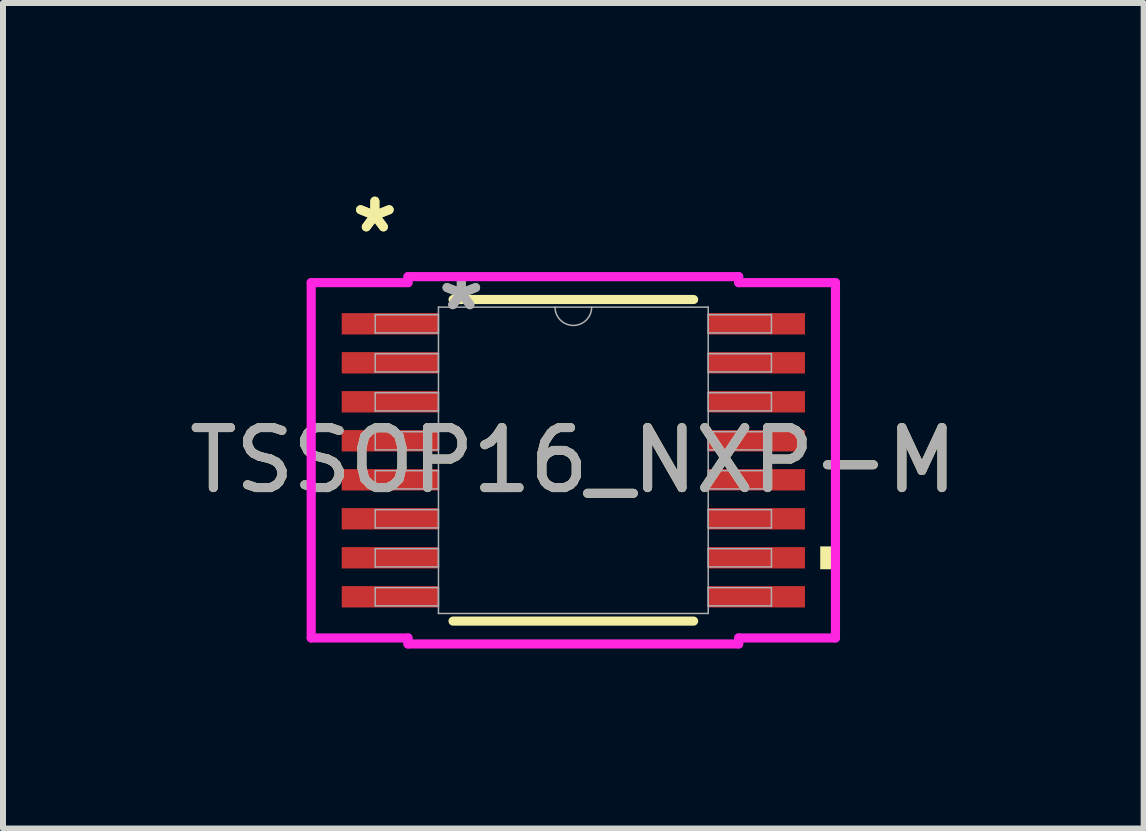
<source format=kicad_pcb>
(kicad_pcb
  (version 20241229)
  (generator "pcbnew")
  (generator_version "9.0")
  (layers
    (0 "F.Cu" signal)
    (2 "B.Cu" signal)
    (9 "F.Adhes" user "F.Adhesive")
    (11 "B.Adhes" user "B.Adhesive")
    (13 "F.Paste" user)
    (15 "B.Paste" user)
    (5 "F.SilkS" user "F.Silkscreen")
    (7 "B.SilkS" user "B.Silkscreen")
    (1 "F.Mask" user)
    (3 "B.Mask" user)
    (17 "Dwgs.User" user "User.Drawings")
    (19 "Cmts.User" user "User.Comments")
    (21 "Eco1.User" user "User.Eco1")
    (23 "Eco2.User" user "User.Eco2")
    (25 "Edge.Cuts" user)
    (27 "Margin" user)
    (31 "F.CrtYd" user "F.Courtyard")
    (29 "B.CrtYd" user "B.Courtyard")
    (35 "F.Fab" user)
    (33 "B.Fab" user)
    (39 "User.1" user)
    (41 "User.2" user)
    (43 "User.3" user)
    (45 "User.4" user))
  (footprint "TSSOP16_NXP-M"
    (layer "F.Cu")
    (at 6.506 4.622)
    (property "Reference" "TSSOP16_NXP-M" (at 0 0 0) (unlocked yes) (layer "F.SilkS") (effects (font (size 1 1) (thickness 0.15))))
    (attr smd)
    (fp_line (start -2.005 2.68) (end 2.005 2.68) (stroke (width 0.152) (type solid)) (layer "F.SilkS"))
    (fp_line (start 2.005 -2.68) (end -2.005 -2.68) (stroke (width 0.152) (type solid)) (layer "F.SilkS"))
    (fp_poly (pts (xy 4.369 1.435) (xy 4.369 1.816) (xy 4.115 1.816) (xy 4.115 1.435)) (stroke (width 0) (type solid)) (fill yes) (layer "F.SilkS"))
    (fp_line (start -4.369 -2.961) (end -2.756 -2.961) (stroke (width 0.152) (type solid)) (layer "F.CrtYd"))
    (fp_line (start -4.369 2.961) (end -4.369 -2.961) (stroke (width 0.152) (type solid)) (layer "F.CrtYd"))
    (fp_line (start -4.369 2.961) (end -2.756 2.961) (stroke (width 0.152) (type solid)) (layer "F.CrtYd"))
    (fp_line (start -2.756 -3.061) (end 2.756 -3.061) (stroke (width 0.152) (type solid)) (layer "F.CrtYd"))
    (fp_line (start -2.756 -2.961) (end -2.756 -3.061) (stroke (width 0.152) (type solid)) (layer "F.CrtYd"))
    (fp_line (start -2.756 3.061) (end -2.756 2.961) (stroke (width 0.152) (type solid)) (layer "F.CrtYd"))
    (fp_line (start 2.756 -3.061) (end 2.756 -2.961) (stroke (width 0.152) (type solid)) (layer "F.CrtYd"))
    (fp_line (start 2.756 2.961) (end 2.756 3.061) (stroke (width 0.152) (type solid)) (layer "F.CrtYd"))
    (fp_line (start 2.756 3.061) (end -2.756 3.061) (stroke (width 0.152) (type solid)) (layer "F.CrtYd"))
    (fp_line (start 4.369 -2.961) (end 2.756 -2.961) (stroke (width 0.152) (type solid)) (layer "F.CrtYd"))
    (fp_line (start 4.369 -2.961) (end 4.369 2.961) (stroke (width 0.152) (type solid)) (layer "F.CrtYd"))
    (fp_line (start 4.369 2.961) (end 2.756 2.961) (stroke (width 0.152) (type solid)) (layer "F.CrtYd"))
    (fp_line (start -3.302 -2.427) (end -3.302 -2.123) (stroke (width 0.025) (type solid)) (layer "F.Fab"))
    (fp_line (start -3.302 -2.123) (end -2.248 -2.123) (stroke (width 0.025) (type solid)) (layer "F.Fab"))
    (fp_line (start -3.302 -1.777) (end -3.302 -1.473) (stroke (width 0.025) (type solid)) (layer "F.Fab"))
    (fp_line (start -3.302 -1.473) (end -2.248 -1.473) (stroke (width 0.025) (type solid)) (layer "F.Fab"))
    (fp_line (start -3.302 -1.127) (end -3.302 -0.823) (stroke (width 0.025) (type solid)) (layer "F.Fab"))
    (fp_line (start -3.302 -0.823) (end -2.248 -0.823) (stroke (width 0.025) (type solid)) (layer "F.Fab"))
    (fp_line (start -3.302 -0.477) (end -3.302 -0.173) (stroke (width 0.025) (type solid)) (layer "F.Fab"))
    (fp_line (start -3.302 -0.173) (end -2.248 -0.173) (stroke (width 0.025) (type solid)) (layer "F.Fab"))
    (fp_line (start -3.302 0.173) (end -3.302 0.477) (stroke (width 0.025) (type solid)) (layer "F.Fab"))
    (fp_line (start -3.302 0.477) (end -2.248 0.477) (stroke (width 0.025) (type solid)) (layer "F.Fab"))
    (fp_line (start -3.302 0.823) (end -3.302 1.127) (stroke (width 0.025) (type solid)) (layer "F.Fab"))
    (fp_line (start -3.302 1.127) (end -2.248 1.127) (stroke (width 0.025) (type solid)) (layer "F.Fab"))
    (fp_line (start -3.302 1.473) (end -3.302 1.777) (stroke (width 0.025) (type solid)) (layer "F.Fab"))
    (fp_line (start -3.302 1.777) (end -2.248 1.777) (stroke (width 0.025) (type solid)) (layer "F.Fab"))
    (fp_line (start -3.302 2.123) (end -3.302 2.427) (stroke (width 0.025) (type solid)) (layer "F.Fab"))
    (fp_line (start -3.302 2.427) (end -2.248 2.427) (stroke (width 0.025) (type solid)) (layer "F.Fab"))
    (fp_line (start -2.248 -2.553) (end -2.248 2.553) (stroke (width 0.025) (type solid)) (layer "F.Fab"))
    (fp_line (start -2.248 -2.427) (end -3.302 -2.427) (stroke (width 0.025) (type solid)) (layer "F.Fab"))
    (fp_line (start -2.248 -2.123) (end -2.248 -2.427) (stroke (width 0.025) (type solid)) (layer "F.Fab"))
    (fp_line (start -2.248 -1.777) (end -3.302 -1.777) (stroke (width 0.025) (type solid)) (layer "F.Fab"))
    (fp_line (start -2.248 -1.473) (end -2.248 -1.777) (stroke (width 0.025) (type solid)) (layer "F.Fab"))
    (fp_line (start -2.248 -1.127) (end -3.302 -1.127) (stroke (width 0.025) (type solid)) (layer "F.Fab"))
    (fp_line (start -2.248 -0.823) (end -2.248 -1.127) (stroke (width 0.025) (type solid)) (layer "F.Fab"))
    (fp_line (start -2.248 -0.477) (end -3.302 -0.477) (stroke (width 0.025) (type solid)) (layer "F.Fab"))
    (fp_line (start -2.248 -0.173) (end -2.248 -0.477) (stroke (width 0.025) (type solid)) (layer "F.Fab"))
    (fp_line (start -2.248 0.173) (end -3.302 0.173) (stroke (width 0.025) (type solid)) (layer "F.Fab"))
    (fp_line (start -2.248 0.477) (end -2.248 0.173) (stroke (width 0.025) (type solid)) (layer "F.Fab"))
    (fp_line (start -2.248 0.823) (end -3.302 0.823) (stroke (width 0.025) (type solid)) (layer "F.Fab"))
    (fp_line (start -2.248 1.127) (end -2.248 0.823) (stroke (width 0.025) (type solid)) (layer "F.Fab"))
    (fp_line (start -2.248 1.473) (end -3.302 1.473) (stroke (width 0.025) (type solid)) (layer "F.Fab"))
    (fp_line (start -2.248 1.777) (end -2.248 1.473) (stroke (width 0.025) (type solid)) (layer "F.Fab"))
    (fp_line (start -2.248 2.123) (end -3.302 2.123) (stroke (width 0.025) (type solid)) (layer "F.Fab"))
    (fp_line (start -2.248 2.427) (end -2.248 2.123) (stroke (width 0.025) (type solid)) (layer "F.Fab"))
    (fp_line (start -2.248 2.553) (end 2.248 2.553) (stroke (width 0.025) (type solid)) (layer "F.Fab"))
    (fp_line (start 2.248 -2.553) (end -2.248 -2.553) (stroke (width 0.025) (type solid)) (layer "F.Fab"))
    (fp_line (start 2.248 -2.427) (end 2.248 -2.123) (stroke (width 0.025) (type solid)) (layer "F.Fab"))
    (fp_line (start 2.248 -2.123) (end 3.302 -2.123) (stroke (width 0.025) (type solid)) (layer "F.Fab"))
    (fp_line (start 2.248 -1.777) (end 2.248 -1.473) (stroke (width 0.025) (type solid)) (layer "F.Fab"))
    (fp_line (start 2.248 -1.473) (end 3.302 -1.473) (stroke (width 0.025) (type solid)) (layer "F.Fab"))
    (fp_line (start 2.248 -1.127) (end 2.248 -0.823) (stroke (width 0.025) (type solid)) (layer "F.Fab"))
    (fp_line (start 2.248 -0.823) (end 3.302 -0.823) (stroke (width 0.025) (type solid)) (layer "F.Fab"))
    (fp_line (start 2.248 -0.477) (end 2.248 -0.173) (stroke (width 0.025) (type solid)) (layer "F.Fab"))
    (fp_line (start 2.248 -0.173) (end 3.302 -0.173) (stroke (width 0.025) (type solid)) (layer "F.Fab"))
    (fp_line (start 2.248 0.173) (end 2.248 0.477) (stroke (width 0.025) (type solid)) (layer "F.Fab"))
    (fp_line (start 2.248 0.477) (end 3.302 0.477) (stroke (width 0.025) (type solid)) (layer "F.Fab"))
    (fp_line (start 2.248 0.823) (end 2.248 1.127) (stroke (width 0.025) (type solid)) (layer "F.Fab"))
    (fp_line (start 2.248 1.127) (end 3.302 1.127) (stroke (width 0.025) (type solid)) (layer "F.Fab"))
    (fp_line (start 2.248 1.473) (end 2.248 1.777) (stroke (width 0.025) (type solid)) (layer "F.Fab"))
    (fp_line (start 2.248 1.777) (end 3.302 1.777) (stroke (width 0.025) (type solid)) (layer "F.Fab"))
    (fp_line (start 2.248 2.123) (end 2.248 2.427) (stroke (width 0.025) (type solid)) (layer "F.Fab"))
    (fp_line (start 2.248 2.427) (end 3.302 2.427) (stroke (width 0.025) (type solid)) (layer "F.Fab"))
    (fp_line (start 2.248 2.553) (end 2.248 -2.553) (stroke (width 0.025) (type solid)) (layer "F.Fab"))
    (fp_line (start 3.302 -2.427) (end 2.248 -2.427) (stroke (width 0.025) (type solid)) (layer "F.Fab"))
    (fp_line (start 3.302 -2.123) (end 3.302 -2.427) (stroke (width 0.025) (type solid)) (layer "F.Fab"))
    (fp_line (start 3.302 -1.777) (end 2.248 -1.777) (stroke (width 0.025) (type solid)) (layer "F.Fab"))
    (fp_line (start 3.302 -1.473) (end 3.302 -1.777) (stroke (width 0.025) (type solid)) (layer "F.Fab"))
    (fp_line (start 3.302 -1.127) (end 2.248 -1.127) (stroke (width 0.025) (type solid)) (layer "F.Fab"))
    (fp_line (start 3.302 -0.823) (end 3.302 -1.127) (stroke (width 0.025) (type solid)) (layer "F.Fab"))
    (fp_line (start 3.302 -0.477) (end 2.248 -0.477) (stroke (width 0.025) (type solid)) (layer "F.Fab"))
    (fp_line (start 3.302 -0.173) (end 3.302 -0.477) (stroke (width 0.025) (type solid)) (layer "F.Fab"))
    (fp_line (start 3.302 0.173) (end 2.248 0.173) (stroke (width 0.025) (type solid)) (layer "F.Fab"))
    (fp_line (start 3.302 0.477) (end 3.302 0.173) (stroke (width 0.025) (type solid)) (layer "F.Fab"))
    (fp_line (start 3.302 0.823) (end 2.248 0.823) (stroke (width 0.025) (type solid)) (layer "F.Fab"))
    (fp_line (start 3.302 1.127) (end 3.302 0.823) (stroke (width 0.025) (type solid)) (layer "F.Fab"))
    (fp_line (start 3.302 1.473) (end 2.248 1.473) (stroke (width 0.025) (type solid)) (layer "F.Fab"))
    (fp_line (start 3.302 1.777) (end 3.302 1.473) (stroke (width 0.025) (type solid)) (layer "F.Fab"))
    (fp_line (start 3.302 2.123) (end 2.248 2.123) (stroke (width 0.025) (type solid)) (layer "F.Fab"))
    (fp_line (start 3.302 2.427) (end 3.302 2.123) (stroke (width 0.025) (type solid)) (layer "F.Fab"))
    (fp_arc (start 0.3048 -2.5527) (mid 0 -2.2479) (end -0.3048 -2.5527) (stroke (width 0.0254) (type solid)) (layer "F.Fab"))
    (fp_text user "*" (at -3.308 -3.774 0) (unlocked yes) (layer "F.SilkS") (effects (font (size 1 1) (thickness 0.15))))
    (fp_text user "*" (at -3.308 -3.774 0) (layer "F.SilkS") (effects (font (size 1 1) (thickness 0.15))))
    (fp_text user "*" (at -1.867 -2.477 0) (layer "F.Fab") (effects (font (size 1 1) (thickness 0.15))))
    (fp_text user "${REFERENCE}" (at 0 0 0) (unlocked yes) (layer "F.Fab") (effects (font (size 1 1) (thickness 0.15))))
    (fp_text user "*" (at -1.867 -2.477 0) (unlocked yes) (layer "F.Fab") (effects (font (size 1 1) (thickness 0.15))))
    (pad "1" smd rect (at -3.054 -2.275) (size 1.613 0.356) (layers "F.Cu" "F.Mask" "F.Paste"))
    (pad "2" smd rect (at -3.054 -1.625) (size 1.613 0.356) (layers "F.Cu" "F.Mask" "F.Paste"))
    (pad "3" smd rect (at -3.054 -0.975) (size 1.613 0.356) (layers "F.Cu" "F.Mask" "F.Paste"))
    (pad "4" smd rect (at -3.054 -0.325) (size 1.613 0.356) (layers "F.Cu" "F.Mask" "F.Paste"))
    (pad "5" smd rect (at -3.054 0.325) (size 1.613 0.356) (layers "F.Cu" "F.Mask" "F.Paste"))
    (pad "6" smd rect (at -3.054 0.975) (size 1.613 0.356) (layers "F.Cu" "F.Mask" "F.Paste"))
    (pad "7" smd rect (at -3.054 1.625) (size 1.613 0.356) (layers "F.Cu" "F.Mask" "F.Paste"))
    (pad "8" smd rect (at -3.054 2.275) (size 1.613 0.356) (layers "F.Cu" "F.Mask" "F.Paste"))
    (pad "9" smd rect (at 3.054 2.275) (size 1.613 0.356) (layers "F.Cu" "F.Mask" "F.Paste"))
    (pad "10" smd rect (at 3.054 1.625) (size 1.613 0.356) (layers "F.Cu" "F.Mask" "F.Paste"))
    (pad "11" smd rect (at 3.054 0.975) (size 1.613 0.356) (layers "F.Cu" "F.Mask" "F.Paste"))
    (pad "12" smd rect (at 3.054 0.325) (size 1.613 0.356) (layers "F.Cu" "F.Mask" "F.Paste"))
    (pad "13" smd rect (at 3.054 -0.325) (size 1.613 0.356) (layers "F.Cu" "F.Mask" "F.Paste"))
    (pad "14" smd rect (at 3.054 -0.975) (size 1.613 0.356) (layers "F.Cu" "F.Mask" "F.Paste"))
    (pad "15" smd rect (at 3.054 -1.625) (size 1.613 0.356) (layers "F.Cu" "F.Mask" "F.Paste"))
    (pad "16" smd rect (at 3.054 -2.275) (size 1.613 0.356) (layers "F.Cu" "F.Mask" "F.Paste")))
  (gr_rect
    (start -3 -3)
    (end 16.012 10.759)
    (stroke (width 0.1) (type default))
    (fill no)
    (layer "Edge.Cuts")))
</source>
